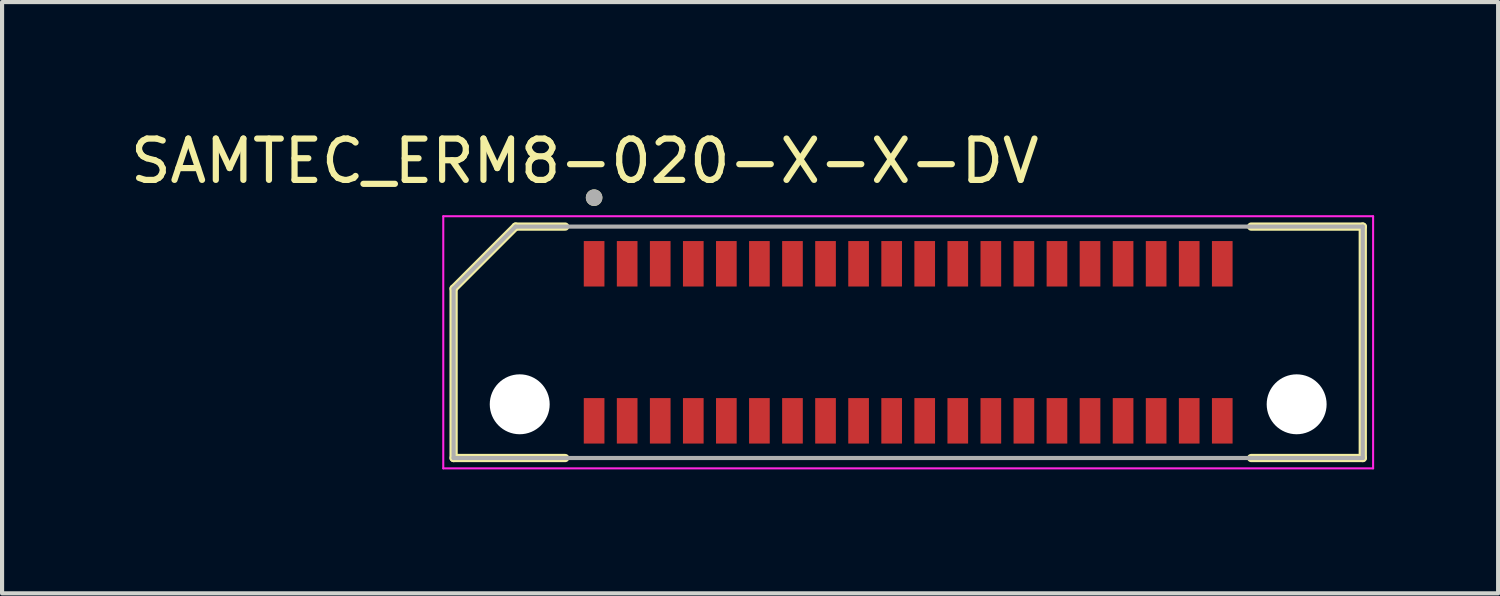
<source format=kicad_pcb>
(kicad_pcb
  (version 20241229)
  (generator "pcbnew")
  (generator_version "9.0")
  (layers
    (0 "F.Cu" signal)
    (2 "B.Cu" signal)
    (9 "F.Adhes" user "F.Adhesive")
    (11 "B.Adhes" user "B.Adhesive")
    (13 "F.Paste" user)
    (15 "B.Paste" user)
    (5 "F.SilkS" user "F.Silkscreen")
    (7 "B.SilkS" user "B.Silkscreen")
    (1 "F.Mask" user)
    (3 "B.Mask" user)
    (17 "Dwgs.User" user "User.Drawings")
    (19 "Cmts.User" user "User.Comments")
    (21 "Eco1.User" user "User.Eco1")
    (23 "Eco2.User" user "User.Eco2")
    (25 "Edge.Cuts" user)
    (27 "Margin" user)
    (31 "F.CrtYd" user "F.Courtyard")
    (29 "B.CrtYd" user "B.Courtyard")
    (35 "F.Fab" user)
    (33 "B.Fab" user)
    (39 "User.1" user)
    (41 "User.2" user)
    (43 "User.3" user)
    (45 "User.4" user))
  (footprint "SAMTEC_ERM8-020-X-X-DV"
    (layer "F.Cu")
    (at 18.926 5.233)
    (property "Reference" "SAMTEC_ERM8-020-X-X-DV" (at -7.825 -4.385 0) (layer "F.SilkS") (effects (font (size 1 1) (thickness 0.15))))
    (attr smd)
    (fp_line (start -11 -1.3) (end -9.5 -2.8) (stroke (width 0.2) (type solid)) (layer "F.SilkS"))
    (fp_line (start -11 2.8) (end -11 -1.3) (stroke (width 0.2) (type solid)) (layer "F.SilkS"))
    (fp_line (start -11 2.8) (end -8.3 2.8) (stroke (width 0.2) (type solid)) (layer "F.SilkS"))
    (fp_line (start -9.5 -2.8) (end -8.3 -2.8) (stroke (width 0.2) (type solid)) (layer "F.SilkS"))
    (fp_line (start 8.3 -2.8) (end 11 -2.8) (stroke (width 0.2) (type solid)) (layer "F.SilkS"))
    (fp_line (start 11 -2.8) (end 11 2.8) (stroke (width 0.2) (type solid)) (layer "F.SilkS"))
    (fp_line (start 11 2.8) (end 8.3 2.8) (stroke (width 0.2) (type solid)) (layer "F.SilkS"))
    (fp_circle (center -7.6 -3.5) (end -7.5 -3.5) (stroke (width 0.2) (type solid)) (fill no) (layer "F.SilkS"))
    (fp_line (start -11.25 -3.05) (end 11.25 -3.05) (stroke (width 0.05) (type solid)) (layer "F.CrtYd"))
    (fp_line (start -11.25 3.05) (end -11.25 -3.05) (stroke (width 0.05) (type solid)) (layer "F.CrtYd"))
    (fp_line (start 11.25 -3.05) (end 11.25 3.05) (stroke (width 0.05) (type solid)) (layer "F.CrtYd"))
    (fp_line (start 11.25 3.05) (end -11.25 3.05) (stroke (width 0.05) (type solid)) (layer "F.CrtYd"))
    (fp_line (start -11 -1.3) (end -9.5 -2.8) (stroke (width 0.1) (type solid)) (layer "F.Fab"))
    (fp_line (start -11 2.8) (end -11 -1.3) (stroke (width 0.1) (type solid)) (layer "F.Fab"))
    (fp_line (start -9.5 -2.8) (end 11 -2.8) (stroke (width 0.1) (type solid)) (layer "F.Fab"))
    (fp_line (start 11 -2.8) (end 11 2.8) (stroke (width 0.1) (type solid)) (layer "F.Fab"))
    (fp_line (start 11 2.8) (end -11 2.8) (stroke (width 0.1) (type solid)) (layer "F.Fab"))
    (fp_circle (center -7.6 -3.5) (end -7.5 -3.5) (stroke (width 0.2) (type solid)) (fill no) (layer "F.Fab"))
    (pad "" np_thru_hole circle (at -9.4 1.5) (size 1.45 1.45) (drill 1.45) (layers "*.Cu" "*.Mask"))
    (pad "" np_thru_hole circle (at 9.4 1.5) (size 1.45 1.45) (drill 1.45) (layers "*.Cu" "*.Mask"))
    (pad "01" smd rect (at -7.6 -1.9) (size 0.5 1.1) (layers "F.Cu" "F.Mask" "F.Paste"))
    (pad "02" smd rect (at -7.6 1.9) (size 0.5 1.1) (layers "F.Cu" "F.Mask" "F.Paste"))
    (pad "03" smd rect (at -6.8 -1.9) (size 0.5 1.1) (layers "F.Cu" "F.Mask" "F.Paste"))
    (pad "04" smd rect (at -6.8 1.9) (size 0.5 1.1) (layers "F.Cu" "F.Mask" "F.Paste"))
    (pad "05" smd rect (at -6 -1.9) (size 0.5 1.1) (layers "F.Cu" "F.Mask" "F.Paste"))
    (pad "06" smd rect (at -6 1.9) (size 0.5 1.1) (layers "F.Cu" "F.Mask" "F.Paste"))
    (pad "07" smd rect (at -5.2 -1.9) (size 0.5 1.1) (layers "F.Cu" "F.Mask" "F.Paste"))
    (pad "08" smd rect (at -5.2 1.9) (size 0.5 1.1) (layers "F.Cu" "F.Mask" "F.Paste"))
    (pad "09" smd rect (at -4.4 -1.9) (size 0.5 1.1) (layers "F.Cu" "F.Mask" "F.Paste"))
    (pad "10" smd rect (at -4.4 1.9) (size 0.5 1.1) (layers "F.Cu" "F.Mask" "F.Paste"))
    (pad "11" smd rect (at -3.6 -1.9) (size 0.5 1.1) (layers "F.Cu" "F.Mask" "F.Paste"))
    (pad "12" smd rect (at -3.6 1.9) (size 0.5 1.1) (layers "F.Cu" "F.Mask" "F.Paste"))
    (pad "13" smd rect (at -2.8 -1.9) (size 0.5 1.1) (layers "F.Cu" "F.Mask" "F.Paste"))
    (pad "14" smd rect (at -2.8 1.9) (size 0.5 1.1) (layers "F.Cu" "F.Mask" "F.Paste"))
    (pad "15" smd rect (at -2 -1.9) (size 0.5 1.1) (layers "F.Cu" "F.Mask" "F.Paste"))
    (pad "16" smd rect (at -2 1.9) (size 0.5 1.1) (layers "F.Cu" "F.Mask" "F.Paste"))
    (pad "17" smd rect (at -1.2 -1.9) (size 0.5 1.1) (layers "F.Cu" "F.Mask" "F.Paste"))
    (pad "18" smd rect (at -1.2 1.9) (size 0.5 1.1) (layers "F.Cu" "F.Mask" "F.Paste"))
    (pad "19" smd rect (at -0.4 -1.9) (size 0.5 1.1) (layers "F.Cu" "F.Mask" "F.Paste"))
    (pad "20" smd rect (at -0.4 1.9) (size 0.5 1.1) (layers "F.Cu" "F.Mask" "F.Paste"))
    (pad "21" smd rect (at 0.4 -1.9) (size 0.5 1.1) (layers "F.Cu" "F.Mask" "F.Paste"))
    (pad "22" smd rect (at 0.4 1.9) (size 0.5 1.1) (layers "F.Cu" "F.Mask" "F.Paste"))
    (pad "23" smd rect (at 1.2 -1.9) (size 0.5 1.1) (layers "F.Cu" "F.Mask" "F.Paste"))
    (pad "24" smd rect (at 1.2 1.9) (size 0.5 1.1) (layers "F.Cu" "F.Mask" "F.Paste"))
    (pad "25" smd rect (at 2 -1.9) (size 0.5 1.1) (layers "F.Cu" "F.Mask" "F.Paste"))
    (pad "26" smd rect (at 2 1.9) (size 0.5 1.1) (layers "F.Cu" "F.Mask" "F.Paste"))
    (pad "27" smd rect (at 2.8 -1.9) (size 0.5 1.1) (layers "F.Cu" "F.Mask" "F.Paste"))
    (pad "28" smd rect (at 2.8 1.9) (size 0.5 1.1) (layers "F.Cu" "F.Mask" "F.Paste"))
    (pad "29" smd rect (at 3.6 -1.9) (size 0.5 1.1) (layers "F.Cu" "F.Mask" "F.Paste"))
    (pad "30" smd rect (at 3.6 1.9) (size 0.5 1.1) (layers "F.Cu" "F.Mask" "F.Paste"))
    (pad "31" smd rect (at 4.4 -1.9) (size 0.5 1.1) (layers "F.Cu" "F.Mask" "F.Paste"))
    (pad "32" smd rect (at 4.4 1.9) (size 0.5 1.1) (layers "F.Cu" "F.Mask" "F.Paste"))
    (pad "33" smd rect (at 5.2 -1.9) (size 0.5 1.1) (layers "F.Cu" "F.Mask" "F.Paste"))
    (pad "34" smd rect (at 5.2 1.9) (size 0.5 1.1) (layers "F.Cu" "F.Mask" "F.Paste"))
    (pad "35" smd rect (at 6 -1.9) (size 0.5 1.1) (layers "F.Cu" "F.Mask" "F.Paste"))
    (pad "36" smd rect (at 6 1.9) (size 0.5 1.1) (layers "F.Cu" "F.Mask" "F.Paste"))
    (pad "37" smd rect (at 6.8 -1.9) (size 0.5 1.1) (layers "F.Cu" "F.Mask" "F.Paste"))
    (pad "38" smd rect (at 6.8 1.9) (size 0.5 1.1) (layers "F.Cu" "F.Mask" "F.Paste"))
    (pad "39" smd rect (at 7.6 -1.9) (size 0.5 1.1) (layers "F.Cu" "F.Mask" "F.Paste"))
    (pad "40" smd rect (at 7.6 1.9) (size 0.5 1.1) (layers "F.Cu" "F.Mask" "F.Paste")))
  (gr_rect
    (start -3 -3)
    (end 33.201 11.308)
    (stroke (width 0.1) (type default))
    (fill no)
    (layer "Edge.Cuts")))
</source>
